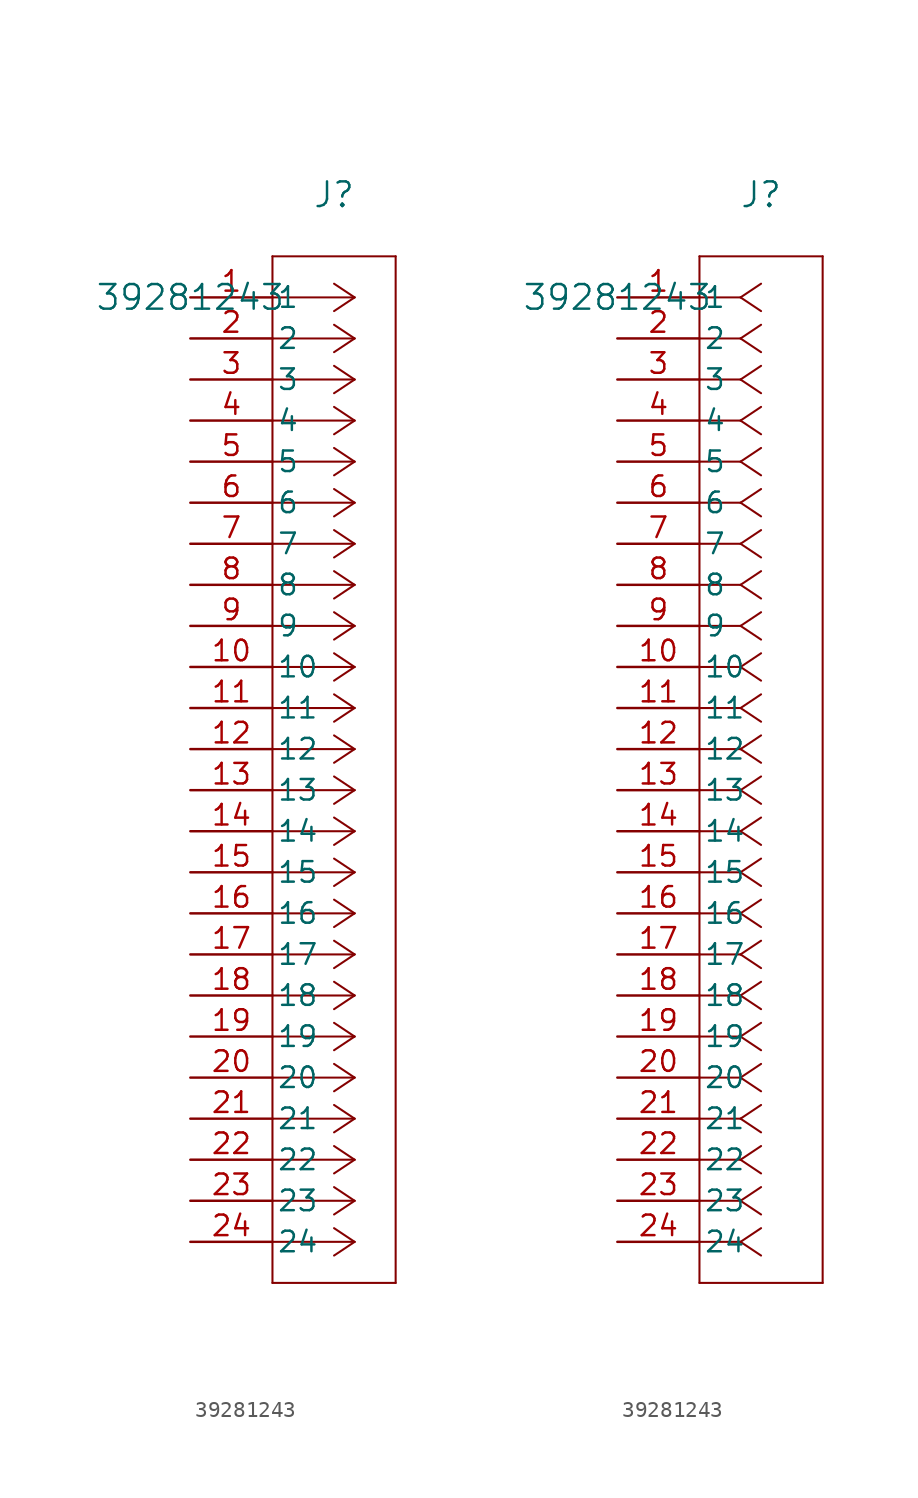
<source format=kicad_sym>
(kicad_symbol_lib
  (version 20211014)
  (generator kicad_symbol_editor)
  (symbol "39281243"
    (pin_names
      (offset 0.254))
    (property "Reference" "J"
      (at 8.89 6.35 0)
      (effects (font (size 1.524 1.524))))
    (property "Value" "39281243"
      (at 0 0 0)
      (effects (font (size 1.524 1.524))))
    (symbol "39281243_1_1"
      (polyline (pts (xy 10.16 0) (xy 5.08 0)) (stroke (width 0.127) (type default) (color 0 0 0 0)) (fill (type none)))
      (polyline (pts (xy 10.16 -2.54) (xy 5.08 -2.54)) (stroke (width 0.127) (type default) (color 0 0 0 0)) (fill (type none)))
      (polyline (pts (xy 10.16 -5.08) (xy 5.08 -5.08)) (stroke (width 0.127) (type default) (color 0 0 0 0)) (fill (type none)))
      (polyline (pts (xy 10.16 -7.62) (xy 5.08 -7.62)) (stroke (width 0.127) (type default) (color 0 0 0 0)) (fill (type none)))
      (polyline (pts (xy 10.16 -10.16) (xy 5.08 -10.16)) (stroke (width 0.127) (type default) (color 0 0 0 0)) (fill (type none)))
      (polyline (pts (xy 10.16 -12.7) (xy 5.08 -12.7)) (stroke (width 0.127) (type default) (color 0 0 0 0)) (fill (type none)))
      (polyline (pts (xy 10.16 -15.24) (xy 5.08 -15.24)) (stroke (width 0.127) (type default) (color 0 0 0 0)) (fill (type none)))
      (polyline (pts (xy 10.16 -17.78) (xy 5.08 -17.78)) (stroke (width 0.127) (type default) (color 0 0 0 0)) (fill (type none)))
      (polyline (pts (xy 10.16 -20.32) (xy 5.08 -20.32)) (stroke (width 0.127) (type default) (color 0 0 0 0)) (fill (type none)))
      (polyline (pts (xy 10.16 -22.86) (xy 5.08 -22.86)) (stroke (width 0.127) (type default) (color 0 0 0 0)) (fill (type none)))
      (polyline (pts (xy 10.16 -25.4) (xy 5.08 -25.4)) (stroke (width 0.127) (type default) (color 0 0 0 0)) (fill (type none)))
      (polyline (pts (xy 10.16 -27.94) (xy 5.08 -27.94)) (stroke (width 0.127) (type default) (color 0 0 0 0)) (fill (type none)))
      (polyline (pts (xy 10.16 -30.48) (xy 5.08 -30.48)) (stroke (width 0.127) (type default) (color 0 0 0 0)) (fill (type none)))
      (polyline (pts (xy 10.16 -33.02) (xy 5.08 -33.02)) (stroke (width 0.127) (type default) (color 0 0 0 0)) (fill (type none)))
      (polyline (pts (xy 10.16 -35.56) (xy 5.08 -35.56)) (stroke (width 0.127) (type default) (color 0 0 0 0)) (fill (type none)))
      (polyline (pts (xy 10.16 -38.1) (xy 5.08 -38.1)) (stroke (width 0.127) (type default) (color 0 0 0 0)) (fill (type none)))
      (polyline (pts (xy 10.16 -40.64) (xy 5.08 -40.64)) (stroke (width 0.127) (type default) (color 0 0 0 0)) (fill (type none)))
      (polyline (pts (xy 10.16 -43.18) (xy 5.08 -43.18)) (stroke (width 0.127) (type default) (color 0 0 0 0)) (fill (type none)))
      (polyline (pts (xy 10.16 -45.72) (xy 5.08 -45.72)) (stroke (width 0.127) (type default) (color 0 0 0 0)) (fill (type none)))
      (polyline (pts (xy 10.16 -48.26) (xy 5.08 -48.26)) (stroke (width 0.127) (type default) (color 0 0 0 0)) (fill (type none)))
      (polyline (pts (xy 10.16 -50.8) (xy 5.08 -50.8)) (stroke (width 0.127) (type default) (color 0 0 0 0)) (fill (type none)))
      (polyline (pts (xy 10.16 -53.34) (xy 5.08 -53.34)) (stroke (width 0.127) (type default) (color 0 0 0 0)) (fill (type none)))
      (polyline (pts (xy 10.16 -55.88) (xy 5.08 -55.88)) (stroke (width 0.127) (type default) (color 0 0 0 0)) (fill (type none)))
      (polyline (pts (xy 10.16 -58.42) (xy 5.08 -58.42)) (stroke (width 0.127) (type default) (color 0 0 0 0)) (fill (type none)))
      (polyline (pts (xy 10.16 0) (xy 8.89 0.847)) (stroke (width 0.127) (type default) (color 0 0 0 0)) (fill (type none)))
      (polyline (pts (xy 10.16 -2.54) (xy 8.89 -1.693)) (stroke (width 0.127) (type default) (color 0 0 0 0)) (fill (type none)))
      (polyline (pts (xy 10.16 -5.08) (xy 8.89 -4.233)) (stroke (width 0.127) (type default) (color 0 0 0 0)) (fill (type none)))
      (polyline (pts (xy 10.16 -7.62) (xy 8.89 -6.773)) (stroke (width 0.127) (type default) (color 0 0 0 0)) (fill (type none)))
      (polyline (pts (xy 10.16 -10.16) (xy 8.89 -9.313)) (stroke (width 0.127) (type default) (color 0 0 0 0)) (fill (type none)))
      (polyline (pts (xy 10.16 -12.7) (xy 8.89 -11.853)) (stroke (width 0.127) (type default) (color 0 0 0 0)) (fill (type none)))
      (polyline (pts (xy 10.16 -15.24) (xy 8.89 -14.393)) (stroke (width 0.127) (type default) (color 0 0 0 0)) (fill (type none)))
      (polyline (pts (xy 10.16 -17.78) (xy 8.89 -16.933)) (stroke (width 0.127) (type default) (color 0 0 0 0)) (fill (type none)))
      (polyline (pts (xy 10.16 -20.32) (xy 8.89 -19.473)) (stroke (width 0.127) (type default) (color 0 0 0 0)) (fill (type none)))
      (polyline (pts (xy 10.16 -22.86) (xy 8.89 -22.013)) (stroke (width 0.127) (type default) (color 0 0 0 0)) (fill (type none)))
      (polyline (pts (xy 10.16 -25.4) (xy 8.89 -24.553)) (stroke (width 0.127) (type default) (color 0 0 0 0)) (fill (type none)))
      (polyline (pts (xy 10.16 -27.94) (xy 8.89 -27.093)) (stroke (width 0.127) (type default) (color 0 0 0 0)) (fill (type none)))
      (polyline (pts (xy 10.16 -30.48) (xy 8.89 -29.633)) (stroke (width 0.127) (type default) (color 0 0 0 0)) (fill (type none)))
      (polyline (pts (xy 10.16 -33.02) (xy 8.89 -32.173)) (stroke (width 0.127) (type default) (color 0 0 0 0)) (fill (type none)))
      (polyline (pts (xy 10.16 -35.56) (xy 8.89 -34.713)) (stroke (width 0.127) (type default) (color 0 0 0 0)) (fill (type none)))
      (polyline (pts (xy 10.16 -38.1) (xy 8.89 -37.253)) (stroke (width 0.127) (type default) (color 0 0 0 0)) (fill (type none)))
      (polyline (pts (xy 10.16 -40.64) (xy 8.89 -39.793)) (stroke (width 0.127) (type default) (color 0 0 0 0)) (fill (type none)))
      (polyline (pts (xy 10.16 -43.18) (xy 8.89 -42.333)) (stroke (width 0.127) (type default) (color 0 0 0 0)) (fill (type none)))
      (polyline (pts (xy 10.16 -45.72) (xy 8.89 -44.873)) (stroke (width 0.127) (type default) (color 0 0 0 0)) (fill (type none)))
      (polyline (pts (xy 10.16 -48.26) (xy 8.89 -47.413)) (stroke (width 0.127) (type default) (color 0 0 0 0)) (fill (type none)))
      (polyline (pts (xy 10.16 -50.8) (xy 8.89 -49.953)) (stroke (width 0.127) (type default) (color 0 0 0 0)) (fill (type none)))
      (polyline (pts (xy 10.16 -53.34) (xy 8.89 -52.493)) (stroke (width 0.127) (type default) (color 0 0 0 0)) (fill (type none)))
      (polyline (pts (xy 10.16 -55.88) (xy 8.89 -55.033)) (stroke (width 0.127) (type default) (color 0 0 0 0)) (fill (type none)))
      (polyline (pts (xy 10.16 -58.42) (xy 8.89 -57.573)) (stroke (width 0.127) (type default) (color 0 0 0 0)) (fill (type none)))
      (polyline (pts (xy 10.16 0) (xy 8.89 -0.847)) (stroke (width 0.127) (type default) (color 0 0 0 0)) (fill (type none)))
      (polyline (pts (xy 10.16 -2.54) (xy 8.89 -3.387)) (stroke (width 0.127) (type default) (color 0 0 0 0)) (fill (type none)))
      (polyline (pts (xy 10.16 -5.08) (xy 8.89 -5.927)) (stroke (width 0.127) (type default) (color 0 0 0 0)) (fill (type none)))
      (polyline (pts (xy 10.16 -7.62) (xy 8.89 -8.467)) (stroke (width 0.127) (type default) (color 0 0 0 0)) (fill (type none)))
      (polyline (pts (xy 10.16 -10.16) (xy 8.89 -11.007)) (stroke (width 0.127) (type default) (color 0 0 0 0)) (fill (type none)))
      (polyline (pts (xy 10.16 -12.7) (xy 8.89 -13.547)) (stroke (width 0.127) (type default) (color 0 0 0 0)) (fill (type none)))
      (polyline (pts (xy 10.16 -15.24) (xy 8.89 -16.087)) (stroke (width 0.127) (type default) (color 0 0 0 0)) (fill (type none)))
      (polyline (pts (xy 10.16 -17.78) (xy 8.89 -18.627)) (stroke (width 0.127) (type default) (color 0 0 0 0)) (fill (type none)))
      (polyline (pts (xy 10.16 -20.32) (xy 8.89 -21.167)) (stroke (width 0.127) (type default) (color 0 0 0 0)) (fill (type none)))
      (polyline (pts (xy 10.16 -22.86) (xy 8.89 -23.707)) (stroke (width 0.127) (type default) (color 0 0 0 0)) (fill (type none)))
      (polyline (pts (xy 10.16 -25.4) (xy 8.89 -26.247)) (stroke (width 0.127) (type default) (color 0 0 0 0)) (fill (type none)))
      (polyline (pts (xy 10.16 -27.94) (xy 8.89 -28.787)) (stroke (width 0.127) (type default) (color 0 0 0 0)) (fill (type none)))
      (polyline (pts (xy 10.16 -30.48) (xy 8.89 -31.327)) (stroke (width 0.127) (type default) (color 0 0 0 0)) (fill (type none)))
      (polyline (pts (xy 10.16 -33.02) (xy 8.89 -33.867)) (stroke (width 0.127) (type default) (color 0 0 0 0)) (fill (type none)))
      (polyline (pts (xy 10.16 -35.56) (xy 8.89 -36.407)) (stroke (width 0.127) (type default) (color 0 0 0 0)) (fill (type none)))
      (polyline (pts (xy 10.16 -38.1) (xy 8.89 -38.947)) (stroke (width 0.127) (type default) (color 0 0 0 0)) (fill (type none)))
      (polyline (pts (xy 10.16 -40.64) (xy 8.89 -41.487)) (stroke (width 0.127) (type default) (color 0 0 0 0)) (fill (type none)))
      (polyline (pts (xy 10.16 -43.18) (xy 8.89 -44.027)) (stroke (width 0.127) (type default) (color 0 0 0 0)) (fill (type none)))
      (polyline (pts (xy 10.16 -45.72) (xy 8.89 -46.567)) (stroke (width 0.127) (type default) (color 0 0 0 0)) (fill (type none)))
      (polyline (pts (xy 10.16 -48.26) (xy 8.89 -49.107)) (stroke (width 0.127) (type default) (color 0 0 0 0)) (fill (type none)))
      (polyline (pts (xy 10.16 -50.8) (xy 8.89 -51.647)) (stroke (width 0.127) (type default) (color 0 0 0 0)) (fill (type none)))
      (polyline (pts (xy 10.16 -53.34) (xy 8.89 -54.187)) (stroke (width 0.127) (type default) (color 0 0 0 0)) (fill (type none)))
      (polyline (pts (xy 10.16 -55.88) (xy 8.89 -56.727)) (stroke (width 0.127) (type default) (color 0 0 0 0)) (fill (type none)))
      (polyline (pts (xy 10.16 -58.42) (xy 8.89 -59.267)) (stroke (width 0.127) (type default) (color 0 0 0 0)) (fill (type none)))
      (polyline (pts (xy 5.08 2.54) (xy 5.08 -60.96)) (stroke (width 0.127) (type default) (color 0 0 0 0)) (fill (type none)))
      (polyline (pts (xy 5.08 -60.96) (xy 12.7 -60.96)) (stroke (width 0.127) (type default) (color 0 0 0 0)) (fill (type none)))
      (polyline (pts (xy 12.7 -60.96) (xy 12.7 2.54)) (stroke (width 0.127) (type default) (color 0 0 0 0)) (fill (type none)))
      (polyline (pts (xy 12.7 2.54) (xy 5.08 2.54)) (stroke (width 0.127) (type default) (color 0 0 0 0)) (fill (type none)))
      (pin unspecified line (at 0 0 0) (length 5.08) (name "1" (effects (font (size 1.27 1.27)))) (number "1" (effects (font (size 1.27 1.27)))))
      (pin unspecified line (at 0 -2.54 0) (length 5.08) (name "2" (effects (font (size 1.27 1.27)))) (number "2" (effects (font (size 1.27 1.27)))))
      (pin unspecified line (at 0 -5.08 0) (length 5.08) (name "3" (effects (font (size 1.27 1.27)))) (number "3" (effects (font (size 1.27 1.27)))))
      (pin unspecified line (at 0 -7.62 0) (length 5.08) (name "4" (effects (font (size 1.27 1.27)))) (number "4" (effects (font (size 1.27 1.27)))))
      (pin unspecified line (at 0 -10.16 0) (length 5.08) (name "5" (effects (font (size 1.27 1.27)))) (number "5" (effects (font (size 1.27 1.27)))))
      (pin unspecified line (at 0 -12.7 0) (length 5.08) (name "6" (effects (font (size 1.27 1.27)))) (number "6" (effects (font (size 1.27 1.27)))))
      (pin unspecified line (at 0 -15.24 0) (length 5.08) (name "7" (effects (font (size 1.27 1.27)))) (number "7" (effects (font (size 1.27 1.27)))))
      (pin unspecified line (at 0 -17.78 0) (length 5.08) (name "8" (effects (font (size 1.27 1.27)))) (number "8" (effects (font (size 1.27 1.27)))))
      (pin unspecified line (at 0 -20.32 0) (length 5.08) (name "9" (effects (font (size 1.27 1.27)))) (number "9" (effects (font (size 1.27 1.27)))))
      (pin unspecified line (at 0 -22.86 0) (length 5.08) (name "10" (effects (font (size 1.27 1.27)))) (number "10" (effects (font (size 1.27 1.27)))))
      (pin unspecified line (at 0 -25.4 0) (length 5.08) (name "11" (effects (font (size 1.27 1.27)))) (number "11" (effects (font (size 1.27 1.27)))))
      (pin unspecified line (at 0 -27.94 0) (length 5.08) (name "12" (effects (font (size 1.27 1.27)))) (number "12" (effects (font (size 1.27 1.27)))))
      (pin unspecified line (at 0 -30.48 0) (length 5.08) (name "13" (effects (font (size 1.27 1.27)))) (number "13" (effects (font (size 1.27 1.27)))))
      (pin unspecified line (at 0 -33.02 0) (length 5.08) (name "14" (effects (font (size 1.27 1.27)))) (number "14" (effects (font (size 1.27 1.27)))))
      (pin unspecified line (at 0 -35.56 0) (length 5.08) (name "15" (effects (font (size 1.27 1.27)))) (number "15" (effects (font (size 1.27 1.27)))))
      (pin unspecified line (at 0 -38.1 0) (length 5.08) (name "16" (effects (font (size 1.27 1.27)))) (number "16" (effects (font (size 1.27 1.27)))))
      (pin unspecified line (at 0 -40.64 0) (length 5.08) (name "17" (effects (font (size 1.27 1.27)))) (number "17" (effects (font (size 1.27 1.27)))))
      (pin unspecified line (at 0 -43.18 0) (length 5.08) (name "18" (effects (font (size 1.27 1.27)))) (number "18" (effects (font (size 1.27 1.27)))))
      (pin unspecified line (at 0 -45.72 0) (length 5.08) (name "19" (effects (font (size 1.27 1.27)))) (number "19" (effects (font (size 1.27 1.27)))))
      (pin unspecified line (at 0 -48.26 0) (length 5.08) (name "20" (effects (font (size 1.27 1.27)))) (number "20" (effects (font (size 1.27 1.27)))))
      (pin unspecified line (at 0 -50.8 0) (length 5.08) (name "21" (effects (font (size 1.27 1.27)))) (number "21" (effects (font (size 1.27 1.27)))))
      (pin unspecified line (at 0 -53.34 0) (length 5.08) (name "22" (effects (font (size 1.27 1.27)))) (number "22" (effects (font (size 1.27 1.27)))))
      (pin unspecified line (at 0 -55.88 0) (length 5.08) (name "23" (effects (font (size 1.27 1.27)))) (number "23" (effects (font (size 1.27 1.27)))))
      (pin unspecified line (at 0 -58.42 0) (length 5.08) (name "24" (effects (font (size 1.27 1.27)))) (number "24" (effects (font (size 1.27 1.27))))))
    (symbol "39281243_1_2"
      (polyline (pts (xy 7.62 0) (xy 5.08 0)) (stroke (width 0.127) (type default) (color 0 0 0 0)) (fill (type none)))
      (polyline (pts (xy 7.62 -2.54) (xy 5.08 -2.54)) (stroke (width 0.127) (type default) (color 0 0 0 0)) (fill (type none)))
      (polyline (pts (xy 7.62 -5.08) (xy 5.08 -5.08)) (stroke (width 0.127) (type default) (color 0 0 0 0)) (fill (type none)))
      (polyline (pts (xy 7.62 -7.62) (xy 5.08 -7.62)) (stroke (width 0.127) (type default) (color 0 0 0 0)) (fill (type none)))
      (polyline (pts (xy 7.62 -10.16) (xy 5.08 -10.16)) (stroke (width 0.127) (type default) (color 0 0 0 0)) (fill (type none)))
      (polyline (pts (xy 7.62 -12.7) (xy 5.08 -12.7)) (stroke (width 0.127) (type default) (color 0 0 0 0)) (fill (type none)))
      (polyline (pts (xy 7.62 -15.24) (xy 5.08 -15.24)) (stroke (width 0.127) (type default) (color 0 0 0 0)) (fill (type none)))
      (polyline (pts (xy 7.62 -17.78) (xy 5.08 -17.78)) (stroke (width 0.127) (type default) (color 0 0 0 0)) (fill (type none)))
      (polyline (pts (xy 7.62 -20.32) (xy 5.08 -20.32)) (stroke (width 0.127) (type default) (color 0 0 0 0)) (fill (type none)))
      (polyline (pts (xy 7.62 -22.86) (xy 5.08 -22.86)) (stroke (width 0.127) (type default) (color 0 0 0 0)) (fill (type none)))
      (polyline (pts (xy 7.62 -25.4) (xy 5.08 -25.4)) (stroke (width 0.127) (type default) (color 0 0 0 0)) (fill (type none)))
      (polyline (pts (xy 7.62 -27.94) (xy 5.08 -27.94)) (stroke (width 0.127) (type default) (color 0 0 0 0)) (fill (type none)))
      (polyline (pts (xy 7.62 -30.48) (xy 5.08 -30.48)) (stroke (width 0.127) (type default) (color 0 0 0 0)) (fill (type none)))
      (polyline (pts (xy 7.62 -33.02) (xy 5.08 -33.02)) (stroke (width 0.127) (type default) (color 0 0 0 0)) (fill (type none)))
      (polyline (pts (xy 7.62 -35.56) (xy 5.08 -35.56)) (stroke (width 0.127) (type default) (color 0 0 0 0)) (fill (type none)))
      (polyline (pts (xy 7.62 -38.1) (xy 5.08 -38.1)) (stroke (width 0.127) (type default) (color 0 0 0 0)) (fill (type none)))
      (polyline (pts (xy 7.62 -40.64) (xy 5.08 -40.64)) (stroke (width 0.127) (type default) (color 0 0 0 0)) (fill (type none)))
      (polyline (pts (xy 7.62 -43.18) (xy 5.08 -43.18)) (stroke (width 0.127) (type default) (color 0 0 0 0)) (fill (type none)))
      (polyline (pts (xy 7.62 -45.72) (xy 5.08 -45.72)) (stroke (width 0.127) (type default) (color 0 0 0 0)) (fill (type none)))
      (polyline (pts (xy 7.62 -48.26) (xy 5.08 -48.26)) (stroke (width 0.127) (type default) (color 0 0 0 0)) (fill (type none)))
      (polyline (pts (xy 7.62 -50.8) (xy 5.08 -50.8)) (stroke (width 0.127) (type default) (color 0 0 0 0)) (fill (type none)))
      (polyline (pts (xy 7.62 -53.34) (xy 5.08 -53.34)) (stroke (width 0.127) (type default) (color 0 0 0 0)) (fill (type none)))
      (polyline (pts (xy 7.62 -55.88) (xy 5.08 -55.88)) (stroke (width 0.127) (type default) (color 0 0 0 0)) (fill (type none)))
      (polyline (pts (xy 7.62 -58.42) (xy 5.08 -58.42)) (stroke (width 0.127) (type default) (color 0 0 0 0)) (fill (type none)))
      (polyline (pts (xy 7.62 0) (xy 8.89 0.847)) (stroke (width 0.127) (type default) (color 0 0 0 0)) (fill (type none)))
      (polyline (pts (xy 7.62 -2.54) (xy 8.89 -1.693)) (stroke (width 0.127) (type default) (color 0 0 0 0)) (fill (type none)))
      (polyline (pts (xy 7.62 -5.08) (xy 8.89 -4.233)) (stroke (width 0.127) (type default) (color 0 0 0 0)) (fill (type none)))
      (polyline (pts (xy 7.62 -7.62) (xy 8.89 -6.773)) (stroke (width 0.127) (type default) (color 0 0 0 0)) (fill (type none)))
      (polyline (pts (xy 7.62 -10.16) (xy 8.89 -9.313)) (stroke (width 0.127) (type default) (color 0 0 0 0)) (fill (type none)))
      (polyline (pts (xy 7.62 -12.7) (xy 8.89 -11.853)) (stroke (width 0.127) (type default) (color 0 0 0 0)) (fill (type none)))
      (polyline (pts (xy 7.62 -15.24) (xy 8.89 -14.393)) (stroke (width 0.127) (type default) (color 0 0 0 0)) (fill (type none)))
      (polyline (pts (xy 7.62 -17.78) (xy 8.89 -16.933)) (stroke (width 0.127) (type default) (color 0 0 0 0)) (fill (type none)))
      (polyline (pts (xy 7.62 -20.32) (xy 8.89 -19.473)) (stroke (width 0.127) (type default) (color 0 0 0 0)) (fill (type none)))
      (polyline (pts (xy 7.62 -22.86) (xy 8.89 -22.013)) (stroke (width 0.127) (type default) (color 0 0 0 0)) (fill (type none)))
      (polyline (pts (xy 7.62 -25.4) (xy 8.89 -24.553)) (stroke (width 0.127) (type default) (color 0 0 0 0)) (fill (type none)))
      (polyline (pts (xy 7.62 -27.94) (xy 8.89 -27.093)) (stroke (width 0.127) (type default) (color 0 0 0 0)) (fill (type none)))
      (polyline (pts (xy 7.62 -30.48) (xy 8.89 -29.633)) (stroke (width 0.127) (type default) (color 0 0 0 0)) (fill (type none)))
      (polyline (pts (xy 7.62 -33.02) (xy 8.89 -32.173)) (stroke (width 0.127) (type default) (color 0 0 0 0)) (fill (type none)))
      (polyline (pts (xy 7.62 -35.56) (xy 8.89 -34.713)) (stroke (width 0.127) (type default) (color 0 0 0 0)) (fill (type none)))
      (polyline (pts (xy 7.62 -38.1) (xy 8.89 -37.253)) (stroke (width 0.127) (type default) (color 0 0 0 0)) (fill (type none)))
      (polyline (pts (xy 7.62 -40.64) (xy 8.89 -39.793)) (stroke (width 0.127) (type default) (color 0 0 0 0)) (fill (type none)))
      (polyline (pts (xy 7.62 -43.18) (xy 8.89 -42.333)) (stroke (width 0.127) (type default) (color 0 0 0 0)) (fill (type none)))
      (polyline (pts (xy 7.62 -45.72) (xy 8.89 -44.873)) (stroke (width 0.127) (type default) (color 0 0 0 0)) (fill (type none)))
      (polyline (pts (xy 7.62 -48.26) (xy 8.89 -47.413)) (stroke (width 0.127) (type default) (color 0 0 0 0)) (fill (type none)))
      (polyline (pts (xy 7.62 -50.8) (xy 8.89 -49.953)) (stroke (width 0.127) (type default) (color 0 0 0 0)) (fill (type none)))
      (polyline (pts (xy 7.62 -53.34) (xy 8.89 -52.493)) (stroke (width 0.127) (type default) (color 0 0 0 0)) (fill (type none)))
      (polyline (pts (xy 7.62 -55.88) (xy 8.89 -55.033)) (stroke (width 0.127) (type default) (color 0 0 0 0)) (fill (type none)))
      (polyline (pts (xy 7.62 -58.42) (xy 8.89 -57.573)) (stroke (width 0.127) (type default) (color 0 0 0 0)) (fill (type none)))
      (polyline (pts (xy 7.62 0) (xy 8.89 -0.847)) (stroke (width 0.127) (type default) (color 0 0 0 0)) (fill (type none)))
      (polyline (pts (xy 7.62 -2.54) (xy 8.89 -3.387)) (stroke (width 0.127) (type default) (color 0 0 0 0)) (fill (type none)))
      (polyline (pts (xy 7.62 -5.08) (xy 8.89 -5.927)) (stroke (width 0.127) (type default) (color 0 0 0 0)) (fill (type none)))
      (polyline (pts (xy 7.62 -7.62) (xy 8.89 -8.467)) (stroke (width 0.127) (type default) (color 0 0 0 0)) (fill (type none)))
      (polyline (pts (xy 7.62 -10.16) (xy 8.89 -11.007)) (stroke (width 0.127) (type default) (color 0 0 0 0)) (fill (type none)))
      (polyline (pts (xy 7.62 -12.7) (xy 8.89 -13.547)) (stroke (width 0.127) (type default) (color 0 0 0 0)) (fill (type none)))
      (polyline (pts (xy 7.62 -15.24) (xy 8.89 -16.087)) (stroke (width 0.127) (type default) (color 0 0 0 0)) (fill (type none)))
      (polyline (pts (xy 7.62 -17.78) (xy 8.89 -18.627)) (stroke (width 0.127) (type default) (color 0 0 0 0)) (fill (type none)))
      (polyline (pts (xy 7.62 -20.32) (xy 8.89 -21.167)) (stroke (width 0.127) (type default) (color 0 0 0 0)) (fill (type none)))
      (polyline (pts (xy 7.62 -22.86) (xy 8.89 -23.707)) (stroke (width 0.127) (type default) (color 0 0 0 0)) (fill (type none)))
      (polyline (pts (xy 7.62 -25.4) (xy 8.89 -26.247)) (stroke (width 0.127) (type default) (color 0 0 0 0)) (fill (type none)))
      (polyline (pts (xy 7.62 -27.94) (xy 8.89 -28.787)) (stroke (width 0.127) (type default) (color 0 0 0 0)) (fill (type none)))
      (polyline (pts (xy 7.62 -30.48) (xy 8.89 -31.327)) (stroke (width 0.127) (type default) (color 0 0 0 0)) (fill (type none)))
      (polyline (pts (xy 7.62 -33.02) (xy 8.89 -33.867)) (stroke (width 0.127) (type default) (color 0 0 0 0)) (fill (type none)))
      (polyline (pts (xy 7.62 -35.56) (xy 8.89 -36.407)) (stroke (width 0.127) (type default) (color 0 0 0 0)) (fill (type none)))
      (polyline (pts (xy 7.62 -38.1) (xy 8.89 -38.947)) (stroke (width 0.127) (type default) (color 0 0 0 0)) (fill (type none)))
      (polyline (pts (xy 7.62 -40.64) (xy 8.89 -41.487)) (stroke (width 0.127) (type default) (color 0 0 0 0)) (fill (type none)))
      (polyline (pts (xy 7.62 -43.18) (xy 8.89 -44.027)) (stroke (width 0.127) (type default) (color 0 0 0 0)) (fill (type none)))
      (polyline (pts (xy 7.62 -45.72) (xy 8.89 -46.567)) (stroke (width 0.127) (type default) (color 0 0 0 0)) (fill (type none)))
      (polyline (pts (xy 7.62 -48.26) (xy 8.89 -49.107)) (stroke (width 0.127) (type default) (color 0 0 0 0)) (fill (type none)))
      (polyline (pts (xy 7.62 -50.8) (xy 8.89 -51.647)) (stroke (width 0.127) (type default) (color 0 0 0 0)) (fill (type none)))
      (polyline (pts (xy 7.62 -53.34) (xy 8.89 -54.187)) (stroke (width 0.127) (type default) (color 0 0 0 0)) (fill (type none)))
      (polyline (pts (xy 7.62 -55.88) (xy 8.89 -56.727)) (stroke (width 0.127) (type default) (color 0 0 0 0)) (fill (type none)))
      (polyline (pts (xy 7.62 -58.42) (xy 8.89 -59.267)) (stroke (width 0.127) (type default) (color 0 0 0 0)) (fill (type none)))
      (polyline (pts (xy 5.08 2.54) (xy 5.08 -60.96)) (stroke (width 0.127) (type default) (color 0 0 0 0)) (fill (type none)))
      (polyline (pts (xy 5.08 -60.96) (xy 12.7 -60.96)) (stroke (width 0.127) (type default) (color 0 0 0 0)) (fill (type none)))
      (polyline (pts (xy 12.7 -60.96) (xy 12.7 2.54)) (stroke (width 0.127) (type default) (color 0 0 0 0)) (fill (type none)))
      (polyline (pts (xy 12.7 2.54) (xy 5.08 2.54)) (stroke (width 0.127) (type default) (color 0 0 0 0)) (fill (type none)))
      (pin unspecified line (at 0 0 0) (length 5.08) (name "1" (effects (font (size 1.27 1.27)))) (number "1" (effects (font (size 1.27 1.27)))))
      (pin unspecified line (at 0 -2.54 0) (length 5.08) (name "2" (effects (font (size 1.27 1.27)))) (number "2" (effects (font (size 1.27 1.27)))))
      (pin unspecified line (at 0 -5.08 0) (length 5.08) (name "3" (effects (font (size 1.27 1.27)))) (number "3" (effects (font (size 1.27 1.27)))))
      (pin unspecified line (at 0 -7.62 0) (length 5.08) (name "4" (effects (font (size 1.27 1.27)))) (number "4" (effects (font (size 1.27 1.27)))))
      (pin unspecified line (at 0 -10.16 0) (length 5.08) (name "5" (effects (font (size 1.27 1.27)))) (number "5" (effects (font (size 1.27 1.27)))))
      (pin unspecified line (at 0 -12.7 0) (length 5.08) (name "6" (effects (font (size 1.27 1.27)))) (number "6" (effects (font (size 1.27 1.27)))))
      (pin unspecified line (at 0 -15.24 0) (length 5.08) (name "7" (effects (font (size 1.27 1.27)))) (number "7" (effects (font (size 1.27 1.27)))))
      (pin unspecified line (at 0 -17.78 0) (length 5.08) (name "8" (effects (font (size 1.27 1.27)))) (number "8" (effects (font (size 1.27 1.27)))))
      (pin unspecified line (at 0 -20.32 0) (length 5.08) (name "9" (effects (font (size 1.27 1.27)))) (number "9" (effects (font (size 1.27 1.27)))))
      (pin unspecified line (at 0 -22.86 0) (length 5.08) (name "10" (effects (font (size 1.27 1.27)))) (number "10" (effects (font (size 1.27 1.27)))))
      (pin unspecified line (at 0 -25.4 0) (length 5.08) (name "11" (effects (font (size 1.27 1.27)))) (number "11" (effects (font (size 1.27 1.27)))))
      (pin unspecified line (at 0 -27.94 0) (length 5.08) (name "12" (effects (font (size 1.27 1.27)))) (number "12" (effects (font (size 1.27 1.27)))))
      (pin unspecified line (at 0 -30.48 0) (length 5.08) (name "13" (effects (font (size 1.27 1.27)))) (number "13" (effects (font (size 1.27 1.27)))))
      (pin unspecified line (at 0 -33.02 0) (length 5.08) (name "14" (effects (font (size 1.27 1.27)))) (number "14" (effects (font (size 1.27 1.27)))))
      (pin unspecified line (at 0 -35.56 0) (length 5.08) (name "15" (effects (font (size 1.27 1.27)))) (number "15" (effects (font (size 1.27 1.27)))))
      (pin unspecified line (at 0 -38.1 0) (length 5.08) (name "16" (effects (font (size 1.27 1.27)))) (number "16" (effects (font (size 1.27 1.27)))))
      (pin unspecified line (at 0 -40.64 0) (length 5.08) (name "17" (effects (font (size 1.27 1.27)))) (number "17" (effects (font (size 1.27 1.27)))))
      (pin unspecified line (at 0 -43.18 0) (length 5.08) (name "18" (effects (font (size 1.27 1.27)))) (number "18" (effects (font (size 1.27 1.27)))))
      (pin unspecified line (at 0 -45.72 0) (length 5.08) (name "19" (effects (font (size 1.27 1.27)))) (number "19" (effects (font (size 1.27 1.27)))))
      (pin unspecified line (at 0 -48.26 0) (length 5.08) (name "20" (effects (font (size 1.27 1.27)))) (number "20" (effects (font (size 1.27 1.27)))))
      (pin unspecified line (at 0 -50.8 0) (length 5.08) (name "21" (effects (font (size 1.27 1.27)))) (number "21" (effects (font (size 1.27 1.27)))))
      (pin unspecified line (at 0 -53.34 0) (length 5.08) (name "22" (effects (font (size 1.27 1.27)))) (number "22" (effects (font (size 1.27 1.27)))))
      (pin unspecified line (at 0 -55.88 0) (length 5.08) (name "23" (effects (font (size 1.27 1.27)))) (number "23" (effects (font (size 1.27 1.27)))))
      (pin unspecified line (at 0 -58.42 0) (length 5.08) (name "24" (effects (font (size 1.27 1.27)))) (number "24" (effects (font (size 1.27 1.27))))))))
</source>
